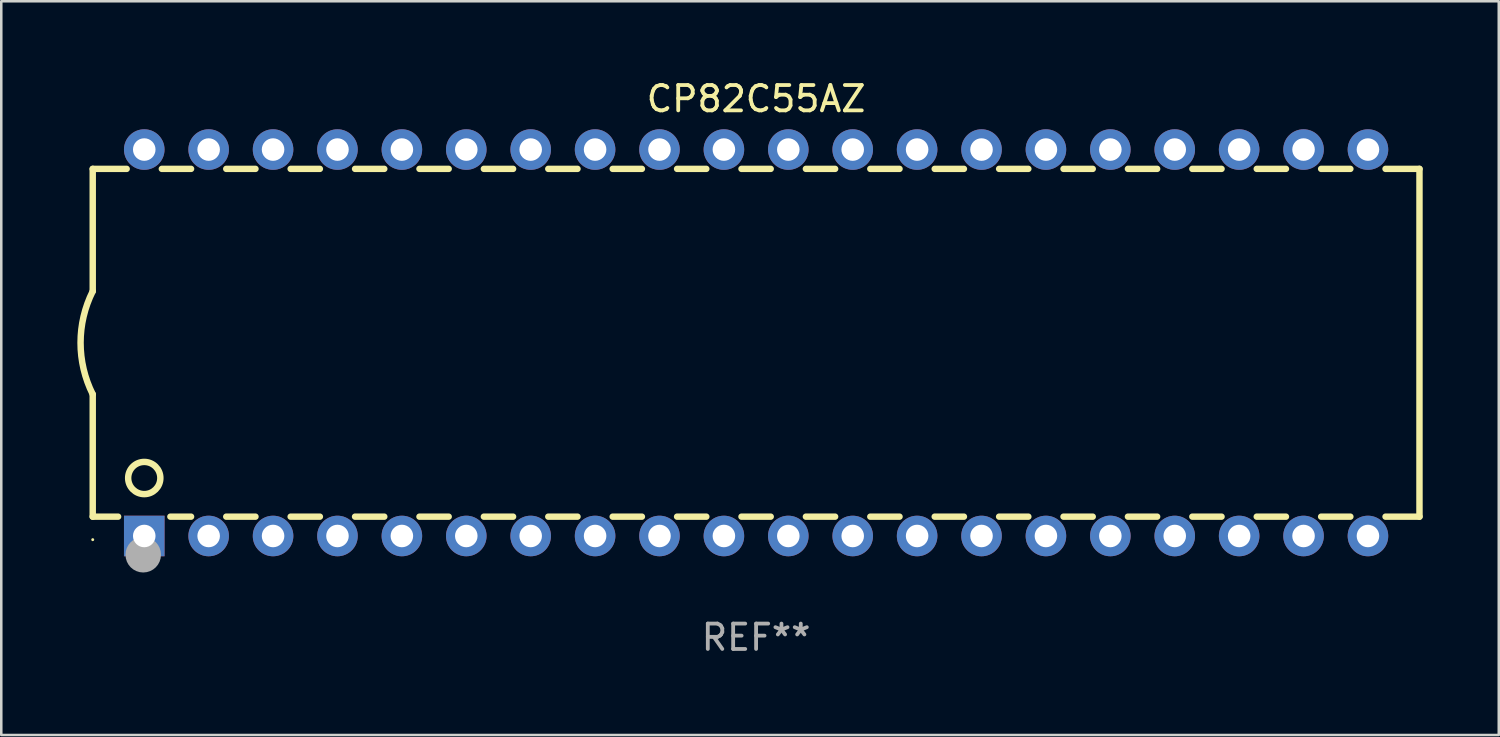
<source format=kicad_pcb>
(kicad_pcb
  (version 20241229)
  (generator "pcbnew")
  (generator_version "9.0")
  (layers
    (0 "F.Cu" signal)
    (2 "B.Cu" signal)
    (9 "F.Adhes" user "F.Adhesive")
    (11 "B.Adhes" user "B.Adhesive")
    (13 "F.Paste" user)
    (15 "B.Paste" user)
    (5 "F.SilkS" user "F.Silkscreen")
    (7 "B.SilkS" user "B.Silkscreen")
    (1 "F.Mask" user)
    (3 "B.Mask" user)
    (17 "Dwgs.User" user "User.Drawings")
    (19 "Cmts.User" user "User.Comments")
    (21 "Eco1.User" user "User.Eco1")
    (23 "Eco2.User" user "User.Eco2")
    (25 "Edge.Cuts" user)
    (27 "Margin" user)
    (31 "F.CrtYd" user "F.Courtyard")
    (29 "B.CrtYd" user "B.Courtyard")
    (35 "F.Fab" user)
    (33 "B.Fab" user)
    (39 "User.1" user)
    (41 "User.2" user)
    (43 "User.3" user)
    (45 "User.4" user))
  (footprint "CP82C55AZ"
    (layer "F.Cu")
    (at 26.769 10.468)
    (property "Reference" "CP82C55AZ" (at 0 -9.62 0) (layer "F.SilkS") (effects (font (size 1 1) (thickness 0.15))))
    (attr through_hole)
    (fp_line (start -26.162 -6.858) (end -26.162 -2.032) (stroke (width 0.254) (type solid)) (layer "F.SilkS"))
    (fp_line (start -26.162 6.858) (end -26.162 2.032) (stroke (width 0.254) (type solid)) (layer "F.SilkS"))
    (fp_line (start -26.162 6.858) (end -25.161 6.858) (stroke (width 0.254) (type solid)) (layer "F.SilkS"))
    (fp_line (start -24.824 -6.858) (end -26.162 -6.858) (stroke (width 0.254) (type solid)) (layer "F.SilkS"))
    (fp_line (start -23.099 6.858) (end -22.284 6.858) (stroke (width 0.254) (type solid)) (layer "F.SilkS"))
    (fp_line (start -22.284 -6.858) (end -23.436 -6.858) (stroke (width 0.254) (type solid)) (layer "F.SilkS"))
    (fp_line (start -20.896 6.858) (end -19.744 6.858) (stroke (width 0.254) (type solid)) (layer "F.SilkS"))
    (fp_line (start -19.744 -6.858) (end -20.896 -6.858) (stroke (width 0.254) (type solid)) (layer "F.SilkS"))
    (fp_line (start -18.356 6.858) (end -17.204 6.858) (stroke (width 0.254) (type solid)) (layer "F.SilkS"))
    (fp_line (start -17.204 -6.858) (end -18.356 -6.858) (stroke (width 0.254) (type solid)) (layer "F.SilkS"))
    (fp_line (start -15.816 6.858) (end -14.664 6.858) (stroke (width 0.254) (type solid)) (layer "F.SilkS"))
    (fp_line (start -14.664 -6.858) (end -15.816 -6.858) (stroke (width 0.254) (type solid)) (layer "F.SilkS"))
    (fp_line (start -13.276 6.858) (end -12.124 6.858) (stroke (width 0.254) (type solid)) (layer "F.SilkS"))
    (fp_line (start -12.124 -6.858) (end -13.276 -6.858) (stroke (width 0.254) (type solid)) (layer "F.SilkS"))
    (fp_line (start -10.736 6.858) (end -9.584 6.858) (stroke (width 0.254) (type solid)) (layer "F.SilkS"))
    (fp_line (start -9.584 -6.858) (end -10.736 -6.858) (stroke (width 0.254) (type solid)) (layer "F.SilkS"))
    (fp_line (start -8.196 6.858) (end -7.044 6.858) (stroke (width 0.254) (type solid)) (layer "F.SilkS"))
    (fp_line (start -7.044 -6.858) (end -8.196 -6.858) (stroke (width 0.254) (type solid)) (layer "F.SilkS"))
    (fp_line (start -5.656 6.858) (end -4.504 6.858) (stroke (width 0.254) (type solid)) (layer "F.SilkS"))
    (fp_line (start -4.504 -6.858) (end -5.656 -6.858) (stroke (width 0.254) (type solid)) (layer "F.SilkS"))
    (fp_line (start -3.116 6.858) (end -1.964 6.858) (stroke (width 0.254) (type solid)) (layer "F.SilkS"))
    (fp_line (start -1.964 -6.858) (end -3.116 -6.858) (stroke (width 0.254) (type solid)) (layer "F.SilkS"))
    (fp_line (start -0.576 6.858) (end 0.576 6.858) (stroke (width 0.254) (type solid)) (layer "F.SilkS"))
    (fp_line (start 0.576 -6.858) (end -0.576 -6.858) (stroke (width 0.254) (type solid)) (layer "F.SilkS"))
    (fp_line (start 1.964 6.858) (end 3.116 6.858) (stroke (width 0.254) (type solid)) (layer "F.SilkS"))
    (fp_line (start 3.116 -6.858) (end 1.964 -6.858) (stroke (width 0.254) (type solid)) (layer "F.SilkS"))
    (fp_line (start 4.504 6.858) (end 5.656 6.858) (stroke (width 0.254) (type solid)) (layer "F.SilkS"))
    (fp_line (start 5.656 -6.858) (end 4.504 -6.858) (stroke (width 0.254) (type solid)) (layer "F.SilkS"))
    (fp_line (start 7.044 6.858) (end 8.196 6.858) (stroke (width 0.254) (type solid)) (layer "F.SilkS"))
    (fp_line (start 8.196 -6.858) (end 7.044 -6.858) (stroke (width 0.254) (type solid)) (layer "F.SilkS"))
    (fp_line (start 9.584 6.858) (end 10.736 6.858) (stroke (width 0.254) (type solid)) (layer "F.SilkS"))
    (fp_line (start 10.736 -6.858) (end 9.584 -6.858) (stroke (width 0.254) (type solid)) (layer "F.SilkS"))
    (fp_line (start 12.124 6.858) (end 13.276 6.858) (stroke (width 0.254) (type solid)) (layer "F.SilkS"))
    (fp_line (start 13.276 -6.858) (end 12.124 -6.858) (stroke (width 0.254) (type solid)) (layer "F.SilkS"))
    (fp_line (start 14.664 6.858) (end 15.816 6.858) (stroke (width 0.254) (type solid)) (layer "F.SilkS"))
    (fp_line (start 15.816 -6.858) (end 14.664 -6.858) (stroke (width 0.254) (type solid)) (layer "F.SilkS"))
    (fp_line (start 17.204 6.858) (end 18.356 6.858) (stroke (width 0.254) (type solid)) (layer "F.SilkS"))
    (fp_line (start 18.356 -6.858) (end 17.204 -6.858) (stroke (width 0.254) (type solid)) (layer "F.SilkS"))
    (fp_line (start 19.744 6.858) (end 20.896 6.858) (stroke (width 0.254) (type solid)) (layer "F.SilkS"))
    (fp_line (start 20.896 -6.858) (end 19.744 -6.858) (stroke (width 0.254) (type solid)) (layer "F.SilkS"))
    (fp_line (start 22.284 6.858) (end 23.436 6.858) (stroke (width 0.254) (type solid)) (layer "F.SilkS"))
    (fp_line (start 23.436 -6.858) (end 22.284 -6.858) (stroke (width 0.254) (type solid)) (layer "F.SilkS"))
    (fp_line (start 24.824 6.858) (end 26.162 6.858) (stroke (width 0.254) (type solid)) (layer "F.SilkS"))
    (fp_line (start 26.162 -6.858) (end 24.824 -6.858) (stroke (width 0.254) (type solid)) (layer "F.SilkS"))
    (fp_line (start 26.162 -6.858) (end 26.162 6.858) (stroke (width 0.254) (type solid)) (layer "F.SilkS"))
    (fp_arc (start -26.162052 2.032004) (mid -26.641743 0) (end -26.162052 -2.032004) (stroke (width 0.254001) (type solid)) (layer "F.SilkS"))
    (fp_circle (center -26.162 7.765) (end -26.132 7.765) (stroke (width 0.06) (type solid)) (fill no) (layer "F.SilkS"))
    (fp_circle (center -24.13 5.334) (end -23.495 5.334) (stroke (width 0.254) (type solid)) (fill no) (layer "F.SilkS"))
    (fp_circle (center -24.17 8.36) (end -23.82 8.36) (stroke (width 0.7) (type solid)) (fill no) (layer "F.Fab"))
    (fp_text user "REF**" (at 0 11.62 0) (layer "F.Fab") (effects (font (size 1 1) (thickness 0.15))))
    (pad "1" thru_hole rect (at -24.13 7.62) (size 1.6 1.6) (drill 0.889) (layers "*.Cu" "*.Mask"))
    (pad "2" thru_hole circle (at -21.59 7.62) (size 1.6 1.6) (drill 0.889) (layers "*.Cu" "*.Mask"))
    (pad "3" thru_hole circle (at -19.05 7.62) (size 1.6 1.6) (drill 0.889) (layers "*.Cu" "*.Mask"))
    (pad "4" thru_hole circle (at -16.51 7.62) (size 1.6 1.6) (drill 0.889) (layers "*.Cu" "*.Mask"))
    (pad "5" thru_hole circle (at -13.97 7.62) (size 1.6 1.6) (drill 0.889) (layers "*.Cu" "*.Mask"))
    (pad "6" thru_hole circle (at -11.43 7.62) (size 1.6 1.6) (drill 0.889) (layers "*.Cu" "*.Mask"))
    (pad "7" thru_hole circle (at -8.89 7.62) (size 1.6 1.6) (drill 0.889) (layers "*.Cu" "*.Mask"))
    (pad "8" thru_hole circle (at -6.35 7.62) (size 1.6 1.6) (drill 0.889) (layers "*.Cu" "*.Mask"))
    (pad "9" thru_hole circle (at -3.81 7.62) (size 1.6 1.6) (drill 0.889) (layers "*.Cu" "*.Mask"))
    (pad "10" thru_hole circle (at -1.27 7.62) (size 1.6 1.6) (drill 0.889) (layers "*.Cu" "*.Mask"))
    (pad "11" thru_hole circle (at 1.27 7.62) (size 1.6 1.6) (drill 0.889) (layers "*.Cu" "*.Mask"))
    (pad "12" thru_hole circle (at 3.81 7.62) (size 1.6 1.6) (drill 0.889) (layers "*.Cu" "*.Mask"))
    (pad "13" thru_hole circle (at 6.35 7.62) (size 1.6 1.6) (drill 0.889) (layers "*.Cu" "*.Mask"))
    (pad "14" thru_hole circle (at 8.89 7.62) (size 1.6 1.6) (drill 0.889) (layers "*.Cu" "*.Mask"))
    (pad "15" thru_hole circle (at 11.43 7.62) (size 1.6 1.6) (drill 0.889) (layers "*.Cu" "*.Mask"))
    (pad "16" thru_hole circle (at 13.97 7.62) (size 1.6 1.6) (drill 0.889) (layers "*.Cu" "*.Mask"))
    (pad "17" thru_hole circle (at 16.51 7.62) (size 1.6 1.6) (drill 0.889) (layers "*.Cu" "*.Mask"))
    (pad "18" thru_hole circle (at 19.05 7.62) (size 1.6 1.6) (drill 0.889) (layers "*.Cu" "*.Mask"))
    (pad "19" thru_hole circle (at 21.59 7.62) (size 1.6 1.6) (drill 0.889) (layers "*.Cu" "*.Mask"))
    (pad "20" thru_hole circle (at 24.13 7.62) (size 1.6 1.6) (drill 0.889) (layers "*.Cu" "*.Mask"))
    (pad "21" thru_hole circle (at 24.13 -7.62) (size 1.6 1.6) (drill 0.889) (layers "*.Cu" "*.Mask"))
    (pad "22" thru_hole circle (at 21.59 -7.62) (size 1.6 1.6) (drill 0.889) (layers "*.Cu" "*.Mask"))
    (pad "23" thru_hole circle (at 19.05 -7.62) (size 1.6 1.6) (drill 0.889) (layers "*.Cu" "*.Mask"))
    (pad "24" thru_hole circle (at 16.51 -7.62) (size 1.6 1.6) (drill 0.889) (layers "*.Cu" "*.Mask"))
    (pad "25" thru_hole circle (at 13.97 -7.62) (size 1.6 1.6) (drill 0.889) (layers "*.Cu" "*.Mask"))
    (pad "26" thru_hole circle (at 11.43 -7.62) (size 1.6 1.6) (drill 0.889) (layers "*.Cu" "*.Mask"))
    (pad "27" thru_hole circle (at 8.89 -7.62) (size 1.6 1.6) (drill 0.889) (layers "*.Cu" "*.Mask"))
    (pad "28" thru_hole circle (at 6.35 -7.62) (size 1.6 1.6) (drill 0.889) (layers "*.Cu" "*.Mask"))
    (pad "29" thru_hole circle (at 3.81 -7.62) (size 1.6 1.6) (drill 0.889) (layers "*.Cu" "*.Mask"))
    (pad "30" thru_hole circle (at 1.27 -7.62) (size 1.6 1.6) (drill 0.889) (layers "*.Cu" "*.Mask"))
    (pad "31" thru_hole circle (at -1.27 -7.62) (size 1.6 1.6) (drill 0.889) (layers "*.Cu" "*.Mask"))
    (pad "32" thru_hole circle (at -3.81 -7.62) (size 1.6 1.6) (drill 0.889) (layers "*.Cu" "*.Mask"))
    (pad "33" thru_hole circle (at -6.35 -7.62) (size 1.6 1.6) (drill 0.889) (layers "*.Cu" "*.Mask"))
    (pad "34" thru_hole circle (at -8.89 -7.62) (size 1.6 1.6) (drill 0.889) (layers "*.Cu" "*.Mask"))
    (pad "35" thru_hole circle (at -11.43 -7.62) (size 1.6 1.6) (drill 0.889) (layers "*.Cu" "*.Mask"))
    (pad "36" thru_hole circle (at -13.97 -7.62) (size 1.6 1.6) (drill 0.889) (layers "*.Cu" "*.Mask"))
    (pad "37" thru_hole circle (at -16.51 -7.62) (size 1.6 1.6) (drill 0.889) (layers "*.Cu" "*.Mask"))
    (pad "38" thru_hole circle (at -19.05 -7.62) (size 1.6 1.6) (drill 0.889) (layers "*.Cu" "*.Mask"))
    (pad "39" thru_hole circle (at -21.59 -7.62) (size 1.6 1.6) (drill 0.889) (layers "*.Cu" "*.Mask"))
    (pad "40" thru_hole circle (at -24.13 -7.62) (size 1.6 1.6) (drill 0.889) (layers "*.Cu" "*.Mask")))
  (gr_rect
    (start -3 -3)
    (end 56.058 25.937)
    (stroke (width 0.1) (type default))
    (fill no)
    (layer "Edge.Cuts")))
</source>
